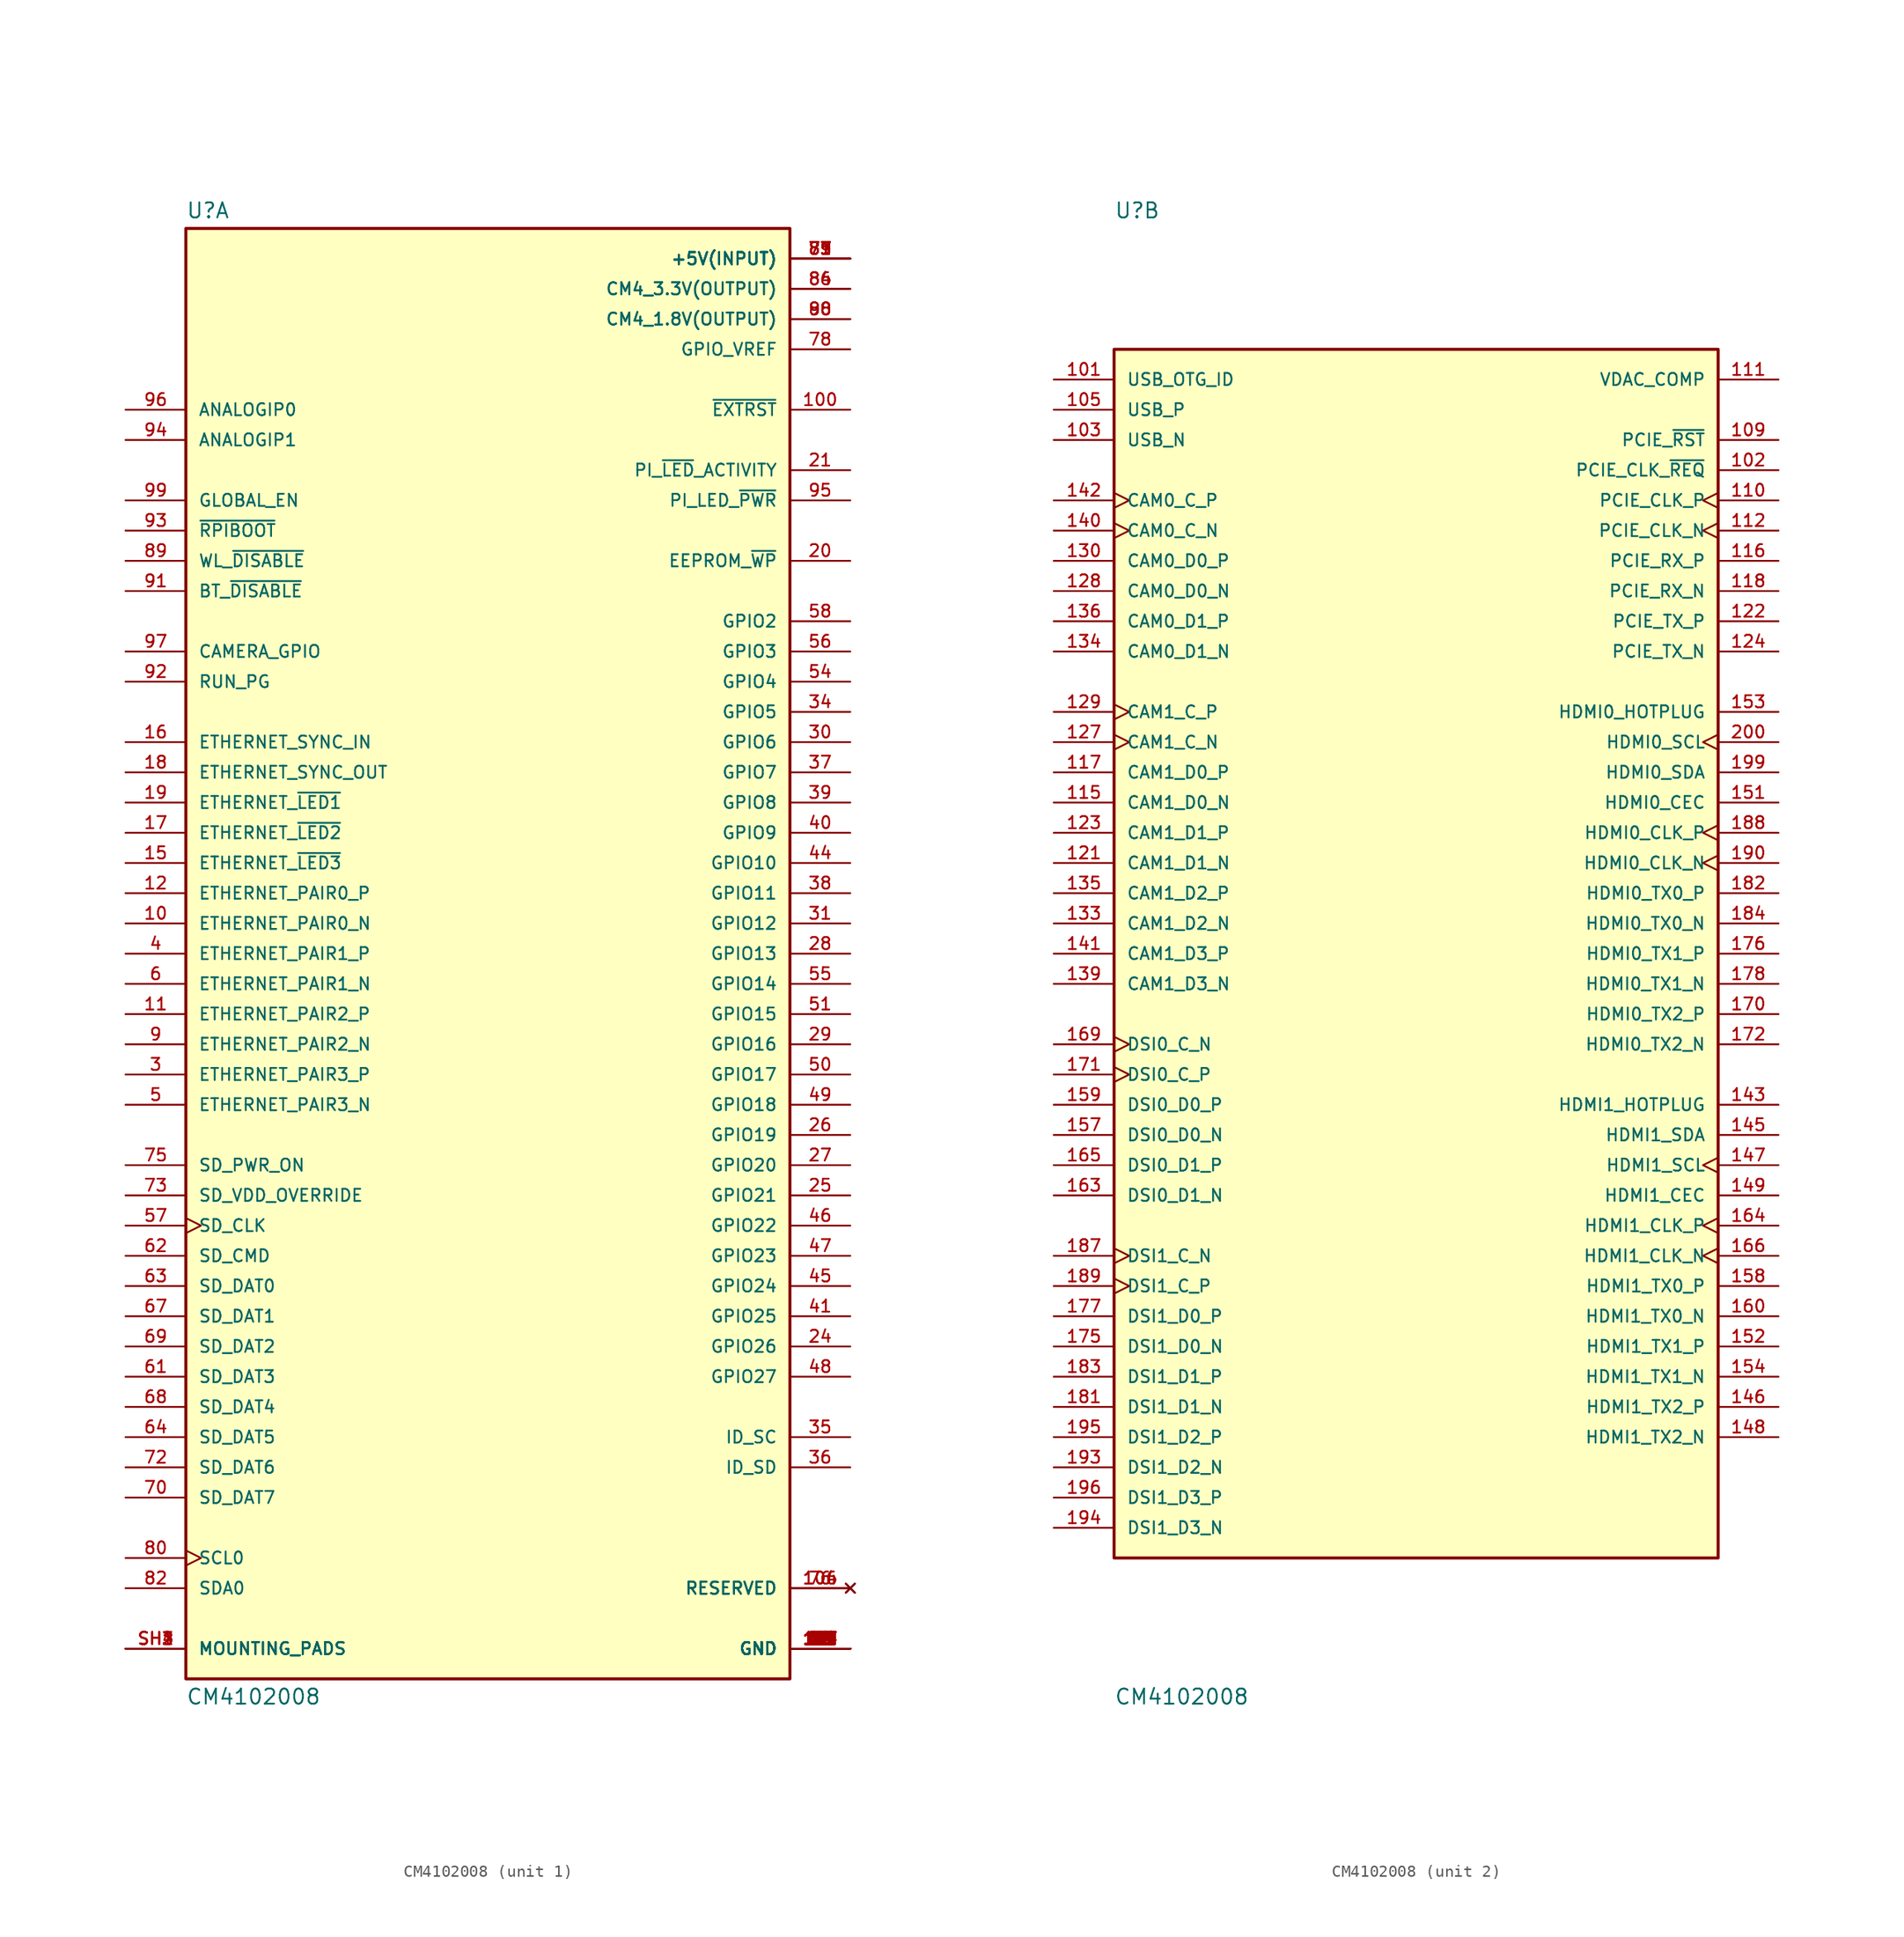
<source format=kicad_sym>
(kicad_symbol_lib
  (version 20211014)
  (generator kicad_symbol_editor)
  (symbol "CM4102008"
    (pin_names
      (offset 1.016))
    (property "Reference" "U"
      (at -25.4 61.722 0)
      (effects (font (size 1.27 1.27)) (justify bottom left)))
    (property "Value" "CM4102008"
      (at -25.4 -61.722 0)
      (effects (font (size 1.27 1.27)) (justify top left)))
    (symbol "CM4102008_1_0"
      (rectangle (start -25.4 -60.96) (end 25.4 60.96) (stroke (width 0.254)) (fill (type background)))
      (pin power_in line (at 30.48 -58.42 180.0) (length 5.08) (name "GND" (effects (font (size 1.016 1.016)))) (number "1" (effects (font (size 1.016 1.016)))))
      (pin power_in line (at 30.48 -58.42 180.0) (length 5.08) (name "GND" (effects (font (size 1.016 1.016)))) (number "2" (effects (font (size 1.016 1.016)))))
      (pin power_in line (at 30.48 -58.42 180.0) (length 5.08) (name "GND" (effects (font (size 1.016 1.016)))) (number "7" (effects (font (size 1.016 1.016)))))
      (pin power_in line (at 30.48 -58.42 180.0) (length 5.08) (name "GND" (effects (font (size 1.016 1.016)))) (number "8" (effects (font (size 1.016 1.016)))))
      (pin power_in line (at 30.48 -58.42 180.0) (length 5.08) (name "GND" (effects (font (size 1.016 1.016)))) (number "13" (effects (font (size 1.016 1.016)))))
      (pin power_in line (at 30.48 -58.42 180.0) (length 5.08) (name "GND" (effects (font (size 1.016 1.016)))) (number "14" (effects (font (size 1.016 1.016)))))
      (pin power_in line (at 30.48 -58.42 180.0) (length 5.08) (name "GND" (effects (font (size 1.016 1.016)))) (number "22" (effects (font (size 1.016 1.016)))))
      (pin power_in line (at 30.48 -58.42 180.0) (length 5.08) (name "GND" (effects (font (size 1.016 1.016)))) (number "23" (effects (font (size 1.016 1.016)))))
      (pin power_in line (at 30.48 -58.42 180.0) (length 5.08) (name "GND" (effects (font (size 1.016 1.016)))) (number "32" (effects (font (size 1.016 1.016)))))
      (pin power_in line (at 30.48 -58.42 180.0) (length 5.08) (name "GND" (effects (font (size 1.016 1.016)))) (number "33" (effects (font (size 1.016 1.016)))))
      (pin power_in line (at 30.48 -58.42 180.0) (length 5.08) (name "GND" (effects (font (size 1.016 1.016)))) (number "42" (effects (font (size 1.016 1.016)))))
      (pin power_in line (at 30.48 -58.42 180.0) (length 5.08) (name "GND" (effects (font (size 1.016 1.016)))) (number "43" (effects (font (size 1.016 1.016)))))
      (pin power_in line (at 30.48 -58.42 180.0) (length 5.08) (name "GND" (effects (font (size 1.016 1.016)))) (number "52" (effects (font (size 1.016 1.016)))))
      (pin power_in line (at 30.48 -58.42 180.0) (length 5.08) (name "GND" (effects (font (size 1.016 1.016)))) (number "53" (effects (font (size 1.016 1.016)))))
      (pin power_in line (at 30.48 -58.42 180.0) (length 5.08) (name "GND" (effects (font (size 1.016 1.016)))) (number "59" (effects (font (size 1.016 1.016)))))
      (pin power_in line (at 30.48 -58.42 180.0) (length 5.08) (name "GND" (effects (font (size 1.016 1.016)))) (number "60" (effects (font (size 1.016 1.016)))))
      (pin power_in line (at 30.48 -58.42 180.0) (length 5.08) (name "GND" (effects (font (size 1.016 1.016)))) (number "65" (effects (font (size 1.016 1.016)))))
      (pin power_in line (at 30.48 -58.42 180.0) (length 5.08) (name "GND" (effects (font (size 1.016 1.016)))) (number "66" (effects (font (size 1.016 1.016)))))
      (pin power_in line (at 30.48 -58.42 180.0) (length 5.08) (name "GND" (effects (font (size 1.016 1.016)))) (number "71" (effects (font (size 1.016 1.016)))))
      (pin power_in line (at 30.48 -58.42 180.0) (length 5.08) (name "GND" (effects (font (size 1.016 1.016)))) (number "74" (effects (font (size 1.016 1.016)))))
      (pin power_in line (at 30.48 -58.42 180.0) (length 5.08) (name "GND" (effects (font (size 1.016 1.016)))) (number "98" (effects (font (size 1.016 1.016)))))
      (pin power_in line (at 30.48 -58.42 180.0) (length 5.08) (name "GND" (effects (font (size 1.016 1.016)))) (number "107" (effects (font (size 1.016 1.016)))))
      (pin power_in line (at 30.48 -58.42 180.0) (length 5.08) (name "GND" (effects (font (size 1.016 1.016)))) (number "108" (effects (font (size 1.016 1.016)))))
      (pin power_in line (at 30.48 -58.42 180.0) (length 5.08) (name "GND" (effects (font (size 1.016 1.016)))) (number "113" (effects (font (size 1.016 1.016)))))
      (pin power_in line (at 30.48 -58.42 180.0) (length 5.08) (name "GND" (effects (font (size 1.016 1.016)))) (number "114" (effects (font (size 1.016 1.016)))))
      (pin power_in line (at 30.48 -58.42 180.0) (length 5.08) (name "GND" (effects (font (size 1.016 1.016)))) (number "119" (effects (font (size 1.016 1.016)))))
      (pin power_in line (at 30.48 -58.42 180.0) (length 5.08) (name "GND" (effects (font (size 1.016 1.016)))) (number "120" (effects (font (size 1.016 1.016)))))
      (pin power_in line (at 30.48 -58.42 180.0) (length 5.08) (name "GND" (effects (font (size 1.016 1.016)))) (number "125" (effects (font (size 1.016 1.016)))))
      (pin power_in line (at 30.48 -58.42 180.0) (length 5.08) (name "GND" (effects (font (size 1.016 1.016)))) (number "126" (effects (font (size 1.016 1.016)))))
      (pin power_in line (at 30.48 -58.42 180.0) (length 5.08) (name "GND" (effects (font (size 1.016 1.016)))) (number "131" (effects (font (size 1.016 1.016)))))
      (pin power_in line (at 30.48 -58.42 180.0) (length 5.08) (name "GND" (effects (font (size 1.016 1.016)))) (number "132" (effects (font (size 1.016 1.016)))))
      (pin power_in line (at 30.48 -58.42 180.0) (length 5.08) (name "GND" (effects (font (size 1.016 1.016)))) (number "137" (effects (font (size 1.016 1.016)))))
      (pin power_in line (at 30.48 -58.42 180.0) (length 5.08) (name "GND" (effects (font (size 1.016 1.016)))) (number "138" (effects (font (size 1.016 1.016)))))
      (pin power_in line (at 30.48 -58.42 180.0) (length 5.08) (name "GND" (effects (font (size 1.016 1.016)))) (number "144" (effects (font (size 1.016 1.016)))))
      (pin power_in line (at 30.48 -58.42 180.0) (length 5.08) (name "GND" (effects (font (size 1.016 1.016)))) (number "150" (effects (font (size 1.016 1.016)))))
      (pin power_in line (at 30.48 -58.42 180.0) (length 5.08) (name "GND" (effects (font (size 1.016 1.016)))) (number "155" (effects (font (size 1.016 1.016)))))
      (pin power_in line (at 30.48 -58.42 180.0) (length 5.08) (name "GND" (effects (font (size 1.016 1.016)))) (number "156" (effects (font (size 1.016 1.016)))))
      (pin power_in line (at 30.48 -58.42 180.0) (length 5.08) (name "GND" (effects (font (size 1.016 1.016)))) (number "161" (effects (font (size 1.016 1.016)))))
      (pin power_in line (at 30.48 -58.42 180.0) (length 5.08) (name "GND" (effects (font (size 1.016 1.016)))) (number "162" (effects (font (size 1.016 1.016)))))
      (pin power_in line (at 30.48 -58.42 180.0) (length 5.08) (name "GND" (effects (font (size 1.016 1.016)))) (number "167" (effects (font (size 1.016 1.016)))))
      (pin power_in line (at 30.48 -58.42 180.0) (length 5.08) (name "GND" (effects (font (size 1.016 1.016)))) (number "168" (effects (font (size 1.016 1.016)))))
      (pin power_in line (at 30.48 -58.42 180.0) (length 5.08) (name "GND" (effects (font (size 1.016 1.016)))) (number "173" (effects (font (size 1.016 1.016)))))
      (pin power_in line (at 30.48 -58.42 180.0) (length 5.08) (name "GND" (effects (font (size 1.016 1.016)))) (number "174" (effects (font (size 1.016 1.016)))))
      (pin power_in line (at 30.48 -58.42 180.0) (length 5.08) (name "GND" (effects (font (size 1.016 1.016)))) (number "179" (effects (font (size 1.016 1.016)))))
      (pin power_in line (at 30.48 -58.42 180.0) (length 5.08) (name "GND" (effects (font (size 1.016 1.016)))) (number "180" (effects (font (size 1.016 1.016)))))
      (pin power_in line (at 30.48 -58.42 180.0) (length 5.08) (name "GND" (effects (font (size 1.016 1.016)))) (number "185" (effects (font (size 1.016 1.016)))))
      (pin power_in line (at 30.48 -58.42 180.0) (length 5.08) (name "GND" (effects (font (size 1.016 1.016)))) (number "186" (effects (font (size 1.016 1.016)))))
      (pin power_in line (at 30.48 -58.42 180.0) (length 5.08) (name "GND" (effects (font (size 1.016 1.016)))) (number "191" (effects (font (size 1.016 1.016)))))
      (pin power_in line (at 30.48 -58.42 180.0) (length 5.08) (name "GND" (effects (font (size 1.016 1.016)))) (number "192" (effects (font (size 1.016 1.016)))))
      (pin power_in line (at 30.48 -58.42 180.0) (length 5.08) (name "GND" (effects (font (size 1.016 1.016)))) (number "197" (effects (font (size 1.016 1.016)))))
      (pin power_in line (at 30.48 -58.42 180.0) (length 5.08) (name "GND" (effects (font (size 1.016 1.016)))) (number "198" (effects (font (size 1.016 1.016)))))
      (pin bidirectional line (at -30.48 -10.16 0) (length 5.08) (name "ETHERNET_PAIR3_P" (effects (font (size 1.016 1.016)))) (number "3" (effects (font (size 1.016 1.016)))))
      (pin bidirectional line (at -30.48 0.0 0) (length 5.08) (name "ETHERNET_PAIR1_P" (effects (font (size 1.016 1.016)))) (number "4" (effects (font (size 1.016 1.016)))))
      (pin bidirectional line (at -30.48 -12.7 0) (length 5.08) (name "ETHERNET_PAIR3_N" (effects (font (size 1.016 1.016)))) (number "5" (effects (font (size 1.016 1.016)))))
      (pin bidirectional line (at -30.48 -2.54 0) (length 5.08) (name "ETHERNET_PAIR1_N" (effects (font (size 1.016 1.016)))) (number "6" (effects (font (size 1.016 1.016)))))
      (pin bidirectional line (at -30.48 -7.62 0) (length 5.08) (name "ETHERNET_PAIR2_N" (effects (font (size 1.016 1.016)))) (number "9" (effects (font (size 1.016 1.016)))))
      (pin bidirectional line (at -30.48 2.54 0) (length 5.08) (name "ETHERNET_PAIR0_N" (effects (font (size 1.016 1.016)))) (number "10" (effects (font (size 1.016 1.016)))))
      (pin bidirectional line (at -30.48 -5.08 0) (length 5.08) (name "ETHERNET_PAIR2_P" (effects (font (size 1.016 1.016)))) (number "11" (effects (font (size 1.016 1.016)))))
      (pin bidirectional line (at -30.48 5.08 0) (length 5.08) (name "ETHERNET_PAIR0_P" (effects (font (size 1.016 1.016)))) (number "12" (effects (font (size 1.016 1.016)))))
      (pin output line (at -30.48 7.62 0) (length 5.08) (name "ETHERNET_~{LED3}" (effects (font (size 1.016 1.016)))) (number "15" (effects (font (size 1.016 1.016)))))
      (pin input line (at -30.48 17.78 0) (length 5.08) (name "ETHERNET_SYNC_IN" (effects (font (size 1.016 1.016)))) (number "16" (effects (font (size 1.016 1.016)))))
      (pin output line (at -30.48 10.16 0) (length 5.08) (name "ETHERNET_~{LED2}" (effects (font (size 1.016 1.016)))) (number "17" (effects (font (size 1.016 1.016)))))
      (pin output line (at -30.48 15.24 0) (length 5.08) (name "ETHERNET_SYNC_OUT" (effects (font (size 1.016 1.016)))) (number "18" (effects (font (size 1.016 1.016)))))
      (pin output line (at -30.48 12.7 0) (length 5.08) (name "ETHERNET_~{LED1}" (effects (font (size 1.016 1.016)))) (number "19" (effects (font (size 1.016 1.016)))))
      (pin bidirectional line (at 30.48 33.02 180.0) (length 5.08) (name "EEPROM_~{WP}" (effects (font (size 1.016 1.016)))) (number "20" (effects (font (size 1.016 1.016)))))
      (pin bidirectional line (at 30.48 40.64 180.0) (length 5.08) (name "PI_~{LED}_ACTIVITY" (effects (font (size 1.016 1.016)))) (number "21" (effects (font (size 1.016 1.016)))))
      (pin bidirectional line (at 30.48 -33.02 180.0) (length 5.08) (name "GPIO26" (effects (font (size 1.016 1.016)))) (number "24" (effects (font (size 1.016 1.016)))))
      (pin bidirectional line (at 30.48 -20.32 180.0) (length 5.08) (name "GPIO21" (effects (font (size 1.016 1.016)))) (number "25" (effects (font (size 1.016 1.016)))))
      (pin bidirectional line (at 30.48 -15.24 180.0) (length 5.08) (name "GPIO19" (effects (font (size 1.016 1.016)))) (number "26" (effects (font (size 1.016 1.016)))))
      (pin bidirectional line (at 30.48 -17.78 180.0) (length 5.08) (name "GPIO20" (effects (font (size 1.016 1.016)))) (number "27" (effects (font (size 1.016 1.016)))))
      (pin bidirectional line (at 30.48 0.0 180.0) (length 5.08) (name "GPIO13" (effects (font (size 1.016 1.016)))) (number "28" (effects (font (size 1.016 1.016)))))
      (pin bidirectional line (at 30.48 -7.62 180.0) (length 5.08) (name "GPIO16" (effects (font (size 1.016 1.016)))) (number "29" (effects (font (size 1.016 1.016)))))
      (pin bidirectional line (at 30.48 17.78 180.0) (length 5.08) (name "GPIO6" (effects (font (size 1.016 1.016)))) (number "30" (effects (font (size 1.016 1.016)))))
      (pin bidirectional line (at 30.48 2.54 180.0) (length 5.08) (name "GPIO12" (effects (font (size 1.016 1.016)))) (number "31" (effects (font (size 1.016 1.016)))))
      (pin bidirectional line (at 30.48 20.32 180.0) (length 5.08) (name "GPIO5" (effects (font (size 1.016 1.016)))) (number "34" (effects (font (size 1.016 1.016)))))
      (pin bidirectional line (at 30.48 -40.64 180.0) (length 5.08) (name "ID_SC" (effects (font (size 1.016 1.016)))) (number "35" (effects (font (size 1.016 1.016)))))
      (pin bidirectional line (at 30.48 -43.18 180.0) (length 5.08) (name "ID_SD" (effects (font (size 1.016 1.016)))) (number "36" (effects (font (size 1.016 1.016)))))
      (pin bidirectional line (at 30.48 15.24 180.0) (length 5.08) (name "GPIO7" (effects (font (size 1.016 1.016)))) (number "37" (effects (font (size 1.016 1.016)))))
      (pin bidirectional line (at 30.48 5.08 180.0) (length 5.08) (name "GPIO11" (effects (font (size 1.016 1.016)))) (number "38" (effects (font (size 1.016 1.016)))))
      (pin bidirectional line (at 30.48 12.7 180.0) (length 5.08) (name "GPIO8" (effects (font (size 1.016 1.016)))) (number "39" (effects (font (size 1.016 1.016)))))
      (pin bidirectional line (at 30.48 10.16 180.0) (length 5.08) (name "GPIO9" (effects (font (size 1.016 1.016)))) (number "40" (effects (font (size 1.016 1.016)))))
      (pin bidirectional line (at 30.48 -30.48 180.0) (length 5.08) (name "GPIO25" (effects (font (size 1.016 1.016)))) (number "41" (effects (font (size 1.016 1.016)))))
      (pin bidirectional line (at 30.48 7.62 180.0) (length 5.08) (name "GPIO10" (effects (font (size 1.016 1.016)))) (number "44" (effects (font (size 1.016 1.016)))))
      (pin bidirectional line (at 30.48 -27.94 180.0) (length 5.08) (name "GPIO24" (effects (font (size 1.016 1.016)))) (number "45" (effects (font (size 1.016 1.016)))))
      (pin bidirectional line (at 30.48 -25.4 180.0) (length 5.08) (name "GPIO23" (effects (font (size 1.016 1.016)))) (number "47" (effects (font (size 1.016 1.016)))))
      (pin bidirectional line (at 30.48 -22.86 180.0) (length 5.08) (name "GPIO22" (effects (font (size 1.016 1.016)))) (number "46" (effects (font (size 1.016 1.016)))))
      (pin bidirectional line (at 30.48 -35.56 180.0) (length 5.08) (name "GPIO27" (effects (font (size 1.016 1.016)))) (number "48" (effects (font (size 1.016 1.016)))))
      (pin bidirectional line (at 30.48 -12.7 180.0) (length 5.08) (name "GPIO18" (effects (font (size 1.016 1.016)))) (number "49" (effects (font (size 1.016 1.016)))))
      (pin bidirectional line (at 30.48 -10.16 180.0) (length 5.08) (name "GPIO17" (effects (font (size 1.016 1.016)))) (number "50" (effects (font (size 1.016 1.016)))))
      (pin bidirectional line (at 30.48 -5.08 180.0) (length 5.08) (name "GPIO15" (effects (font (size 1.016 1.016)))) (number "51" (effects (font (size 1.016 1.016)))))
      (pin bidirectional line (at 30.48 22.86 180.0) (length 5.08) (name "GPIO4" (effects (font (size 1.016 1.016)))) (number "54" (effects (font (size 1.016 1.016)))))
      (pin bidirectional line (at 30.48 -2.54 180.0) (length 5.08) (name "GPIO14" (effects (font (size 1.016 1.016)))) (number "55" (effects (font (size 1.016 1.016)))))
      (pin bidirectional line (at 30.48 25.4 180.0) (length 5.08) (name "GPIO3" (effects (font (size 1.016 1.016)))) (number "56" (effects (font (size 1.016 1.016)))))
      (pin bidirectional clock (at -30.48 -22.86 0) (length 5.08) (name "SD_CLK" (effects (font (size 1.016 1.016)))) (number "57" (effects (font (size 1.016 1.016)))))
      (pin bidirectional line (at -30.48 -35.56 0) (length 5.08) (name "SD_DAT3" (effects (font (size 1.016 1.016)))) (number "61" (effects (font (size 1.016 1.016)))))
      (pin input line (at -30.48 -25.4 0) (length 5.08) (name "SD_CMD" (effects (font (size 1.016 1.016)))) (number "62" (effects (font (size 1.016 1.016)))))
      (pin bidirectional line (at -30.48 -27.94 0) (length 5.08) (name "SD_DAT0" (effects (font (size 1.016 1.016)))) (number "63" (effects (font (size 1.016 1.016)))))
      (pin bidirectional line (at -30.48 -40.64 0) (length 5.08) (name "SD_DAT5" (effects (font (size 1.016 1.016)))) (number "64" (effects (font (size 1.016 1.016)))))
      (pin bidirectional line (at -30.48 -30.48 0) (length 5.08) (name "SD_DAT1" (effects (font (size 1.016 1.016)))) (number "67" (effects (font (size 1.016 1.016)))))
      (pin bidirectional line (at -30.48 -38.1 0) (length 5.08) (name "SD_DAT4" (effects (font (size 1.016 1.016)))) (number "68" (effects (font (size 1.016 1.016)))))
      (pin bidirectional line (at -30.48 -33.02 0) (length 5.08) (name "SD_DAT2" (effects (font (size 1.016 1.016)))) (number "69" (effects (font (size 1.016 1.016)))))
      (pin bidirectional line (at -30.48 -43.18 0) (length 5.08) (name "SD_DAT6" (effects (font (size 1.016 1.016)))) (number "72" (effects (font (size 1.016 1.016)))))
      (pin bidirectional line (at -30.48 -45.72 0) (length 5.08) (name "SD_DAT7" (effects (font (size 1.016 1.016)))) (number "70" (effects (font (size 1.016 1.016)))))
      (pin input line (at -30.48 -20.32 0) (length 5.08) (name "SD_VDD_OVERRIDE" (effects (font (size 1.016 1.016)))) (number "73" (effects (font (size 1.016 1.016)))))
      (pin output line (at -30.48 -17.78 0) (length 5.08) (name "SD_PWR_ON" (effects (font (size 1.016 1.016)))) (number "75" (effects (font (size 1.016 1.016)))))
      (pin no_connect line (at 30.48 -53.34 180.0) (length 5.08) (name "RESERVED" (effects (font (size 1.016 1.016)))) (number "76" (effects (font (size 1.016 1.016)))))
      (pin no_connect line (at 30.48 -53.34 180.0) (length 5.08) (name "RESERVED" (effects (font (size 1.016 1.016)))) (number "104" (effects (font (size 1.016 1.016)))))
      (pin no_connect line (at 30.48 -53.34 180.0) (length 5.08) (name "RESERVED" (effects (font (size 1.016 1.016)))) (number "106" (effects (font (size 1.016 1.016)))))
      (pin power_in line (at 30.48 58.42 180.0) (length 5.08) (name "+5V(INPUT)" (effects (font (size 1.016 1.016)))) (number "77" (effects (font (size 1.016 1.016)))))
      (pin power_in line (at 30.48 58.42 180.0) (length 5.08) (name "+5V(INPUT)" (effects (font (size 1.016 1.016)))) (number "79" (effects (font (size 1.016 1.016)))))
      (pin power_in line (at 30.48 58.42 180.0) (length 5.08) (name "+5V(INPUT)" (effects (font (size 1.016 1.016)))) (number "81" (effects (font (size 1.016 1.016)))))
      (pin power_in line (at 30.48 58.42 180.0) (length 5.08) (name "+5V(INPUT)" (effects (font (size 1.016 1.016)))) (number "83" (effects (font (size 1.016 1.016)))))
      (pin power_in line (at 30.48 58.42 180.0) (length 5.08) (name "+5V(INPUT)" (effects (font (size 1.016 1.016)))) (number "85" (effects (font (size 1.016 1.016)))))
      (pin power_in line (at 30.48 58.42 180.0) (length 5.08) (name "+5V(INPUT)" (effects (font (size 1.016 1.016)))) (number "87" (effects (font (size 1.016 1.016)))))
      (pin input clock (at -30.48 -50.8 0) (length 5.08) (name "SCL0" (effects (font (size 1.016 1.016)))) (number "80" (effects (font (size 1.016 1.016)))))
      (pin bidirectional line (at -30.48 -53.34 0) (length 5.08) (name "SDA0" (effects (font (size 1.016 1.016)))) (number "82" (effects (font (size 1.016 1.016)))))
      (pin power_in line (at 30.48 55.88 180.0) (length 5.08) (name "CM4_3.3V(OUTPUT)" (effects (font (size 1.016 1.016)))) (number "84" (effects (font (size 1.016 1.016)))))
      (pin power_in line (at 30.48 55.88 180.0) (length 5.08) (name "CM4_3.3V(OUTPUT)" (effects (font (size 1.016 1.016)))) (number "86" (effects (font (size 1.016 1.016)))))
      (pin power_in line (at 30.48 53.34 180.0) (length 5.08) (name "CM4_1.8V(OUTPUT)" (effects (font (size 1.016 1.016)))) (number "88" (effects (font (size 1.016 1.016)))))
      (pin power_in line (at 30.48 53.34 180.0) (length 5.08) (name "CM4_1.8V(OUTPUT)" (effects (font (size 1.016 1.016)))) (number "90" (effects (font (size 1.016 1.016)))))
      (pin input line (at -30.48 33.02 0) (length 5.08) (name "WL_~{DISABLE}" (effects (font (size 1.016 1.016)))) (number "89" (effects (font (size 1.016 1.016)))))
      (pin input line (at -30.48 30.48 0) (length 5.08) (name "BT_~{DISABLE}" (effects (font (size 1.016 1.016)))) (number "91" (effects (font (size 1.016 1.016)))))
      (pin bidirectional line (at -30.48 22.86 0) (length 5.08) (name "RUN_PG" (effects (font (size 1.016 1.016)))) (number "92" (effects (font (size 1.016 1.016)))))
      (pin input line (at -30.48 35.56 0) (length 5.08) (name "~{RPIBOOT}" (effects (font (size 1.016 1.016)))) (number "93" (effects (font (size 1.016 1.016)))))
      (pin input line (at -30.48 43.18 0) (length 5.08) (name "ANALOGIP1" (effects (font (size 1.016 1.016)))) (number "94" (effects (font (size 1.016 1.016)))))
      (pin output line (at 30.48 38.1 180.0) (length 5.08) (name "PI_LED_~{PWR}" (effects (font (size 1.016 1.016)))) (number "95" (effects (font (size 1.016 1.016)))))
      (pin input line (at -30.48 45.72 0) (length 5.08) (name "ANALOGIP0" (effects (font (size 1.016 1.016)))) (number "96" (effects (font (size 1.016 1.016)))))
      (pin bidirectional line (at -30.48 25.4 0) (length 5.08) (name "CAMERA_GPIO" (effects (font (size 1.016 1.016)))) (number "97" (effects (font (size 1.016 1.016)))))
      (pin input line (at -30.48 38.1 0) (length 5.08) (name "GLOBAL_EN" (effects (font (size 1.016 1.016)))) (number "99" (effects (font (size 1.016 1.016)))))
      (pin output line (at 30.48 45.72 180.0) (length 5.08) (name "~{EXTRST}" (effects (font (size 1.016 1.016)))) (number "100" (effects (font (size 1.016 1.016)))))
      (pin bidirectional line (at 30.48 27.94 180.0) (length 5.08) (name "GPIO2" (effects (font (size 1.016 1.016)))) (number "58" (effects (font (size 1.016 1.016)))))
      (pin power_in line (at 30.48 50.8 180.0) (length 5.08) (name "GPIO_VREF" (effects (font (size 1.016 1.016)))) (number "78" (effects (font (size 1.016 1.016)))))
      (pin passive line (at -30.48 -58.42 0) (length 5.08) (name "MOUNTING_PADS" (effects (font (size 1.016 1.016)))) (number "SH1" (effects (font (size 1.016 1.016)))))
      (pin passive line (at -30.48 -58.42 0) (length 5.08) (name "MOUNTING_PADS" (effects (font (size 1.016 1.016)))) (number "SH2" (effects (font (size 1.016 1.016)))))
      (pin passive line (at -30.48 -58.42 0) (length 5.08) (name "MOUNTING_PADS" (effects (font (size 1.016 1.016)))) (number "SH3" (effects (font (size 1.016 1.016)))))
      (pin passive line (at -30.48 -58.42 0) (length 5.08) (name "MOUNTING_PADS" (effects (font (size 1.016 1.016)))) (number "SH4" (effects (font (size 1.016 1.016))))))
    (symbol "CM4102008_2_0"
      (rectangle (start -25.4 -50.8) (end 25.4 50.8) (stroke (width 0.254)) (fill (type background)))
      (pin input line (at -30.48 48.26 0) (length 5.08) (name "USB_OTG_ID" (effects (font (size 1.016 1.016)))) (number "101" (effects (font (size 1.016 1.016)))))
      (pin input line (at 30.48 40.64 180.0) (length 5.08) (name "PCIE_CLK_~{REQ}" (effects (font (size 1.016 1.016)))) (number "102" (effects (font (size 1.016 1.016)))))
      (pin bidirectional line (at -30.48 43.18 0) (length 5.08) (name "USB_N" (effects (font (size 1.016 1.016)))) (number "103" (effects (font (size 1.016 1.016)))))
      (pin bidirectional line (at -30.48 45.72 0) (length 5.08) (name "USB_P" (effects (font (size 1.016 1.016)))) (number "105" (effects (font (size 1.016 1.016)))))
      (pin output line (at 30.48 43.18 180.0) (length 5.08) (name "PCIE_~{RST}" (effects (font (size 1.016 1.016)))) (number "109" (effects (font (size 1.016 1.016)))))
      (pin output clock (at 30.48 38.1 180.0) (length 5.08) (name "PCIE_CLK_P" (effects (font (size 1.016 1.016)))) (number "110" (effects (font (size 1.016 1.016)))))
      (pin output line (at 30.48 48.26 180.0) (length 5.08) (name "VDAC_COMP" (effects (font (size 1.016 1.016)))) (number "111" (effects (font (size 1.016 1.016)))))
      (pin output clock (at 30.48 35.56 180.0) (length 5.08) (name "PCIE_CLK_N" (effects (font (size 1.016 1.016)))) (number "112" (effects (font (size 1.016 1.016)))))
      (pin input line (at -30.48 12.7 0) (length 5.08) (name "CAM1_D0_N" (effects (font (size 1.016 1.016)))) (number "115" (effects (font (size 1.016 1.016)))))
      (pin input line (at 30.48 33.02 180.0) (length 5.08) (name "PCIE_RX_P" (effects (font (size 1.016 1.016)))) (number "116" (effects (font (size 1.016 1.016)))))
      (pin input line (at -30.48 15.24 0) (length 5.08) (name "CAM1_D0_P" (effects (font (size 1.016 1.016)))) (number "117" (effects (font (size 1.016 1.016)))))
      (pin input line (at 30.48 30.48 180.0) (length 5.08) (name "PCIE_RX_N" (effects (font (size 1.016 1.016)))) (number "118" (effects (font (size 1.016 1.016)))))
      (pin input line (at -30.48 10.16 0) (length 5.08) (name "CAM1_D1_P" (effects (font (size 1.016 1.016)))) (number "123" (effects (font (size 1.016 1.016)))))
      (pin output line (at 30.48 25.4 180.0) (length 5.08) (name "PCIE_TX_N" (effects (font (size 1.016 1.016)))) (number "124" (effects (font (size 1.016 1.016)))))
      (pin input clock (at -30.48 17.78 0) (length 5.08) (name "CAM1_C_N" (effects (font (size 1.016 1.016)))) (number "127" (effects (font (size 1.016 1.016)))))
      (pin input line (at -30.48 30.48 0) (length 5.08) (name "CAM0_D0_N" (effects (font (size 1.016 1.016)))) (number "128" (effects (font (size 1.016 1.016)))))
      (pin input clock (at -30.48 20.32 0) (length 5.08) (name "CAM1_C_P" (effects (font (size 1.016 1.016)))) (number "129" (effects (font (size 1.016 1.016)))))
      (pin input line (at -30.48 33.02 0) (length 5.08) (name "CAM0_D0_P" (effects (font (size 1.016 1.016)))) (number "130" (effects (font (size 1.016 1.016)))))
      (pin input line (at -30.48 2.54 0) (length 5.08) (name "CAM1_D2_N" (effects (font (size 1.016 1.016)))) (number "133" (effects (font (size 1.016 1.016)))))
      (pin input line (at -30.48 25.4 0) (length 5.08) (name "CAM0_D1_N" (effects (font (size 1.016 1.016)))) (number "134" (effects (font (size 1.016 1.016)))))
      (pin input line (at -30.48 5.08 0) (length 5.08) (name "CAM1_D2_P" (effects (font (size 1.016 1.016)))) (number "135" (effects (font (size 1.016 1.016)))))
      (pin input line (at -30.48 27.94 0) (length 5.08) (name "CAM0_D1_P" (effects (font (size 1.016 1.016)))) (number "136" (effects (font (size 1.016 1.016)))))
      (pin input line (at -30.48 -2.54 0) (length 5.08) (name "CAM1_D3_N" (effects (font (size 1.016 1.016)))) (number "139" (effects (font (size 1.016 1.016)))))
      (pin input clock (at -30.48 35.56 0) (length 5.08) (name "CAM0_C_N" (effects (font (size 1.016 1.016)))) (number "140" (effects (font (size 1.016 1.016)))))
      (pin input line (at -30.48 0.0 0) (length 5.08) (name "CAM1_D3_P" (effects (font (size 1.016 1.016)))) (number "141" (effects (font (size 1.016 1.016)))))
      (pin input clock (at -30.48 38.1 0) (length 5.08) (name "CAM0_C_P" (effects (font (size 1.016 1.016)))) (number "142" (effects (font (size 1.016 1.016)))))
      (pin input line (at 30.48 -12.7 180.0) (length 5.08) (name "HDMI1_HOTPLUG" (effects (font (size 1.016 1.016)))) (number "143" (effects (font (size 1.016 1.016)))))
      (pin bidirectional line (at 30.48 -15.24 180.0) (length 5.08) (name "HDMI1_SDA" (effects (font (size 1.016 1.016)))) (number "145" (effects (font (size 1.016 1.016)))))
      (pin output line (at 30.48 -38.1 180.0) (length 5.08) (name "HDMI1_TX2_P" (effects (font (size 1.016 1.016)))) (number "146" (effects (font (size 1.016 1.016)))))
      (pin bidirectional clock (at 30.48 -17.78 180.0) (length 5.08) (name "HDMI1_SCL" (effects (font (size 1.016 1.016)))) (number "147" (effects (font (size 1.016 1.016)))))
      (pin output line (at 30.48 -40.64 180.0) (length 5.08) (name "HDMI1_TX2_N" (effects (font (size 1.016 1.016)))) (number "148" (effects (font (size 1.016 1.016)))))
      (pin input line (at 30.48 -20.32 180.0) (length 5.08) (name "HDMI1_CEC" (effects (font (size 1.016 1.016)))) (number "149" (effects (font (size 1.016 1.016)))))
      (pin input line (at 30.48 12.7 180.0) (length 5.08) (name "HDMI0_CEC" (effects (font (size 1.016 1.016)))) (number "151" (effects (font (size 1.016 1.016)))))
      (pin output line (at 30.48 -33.02 180.0) (length 5.08) (name "HDMI1_TX1_P" (effects (font (size 1.016 1.016)))) (number "152" (effects (font (size 1.016 1.016)))))
      (pin input line (at 30.48 20.32 180.0) (length 5.08) (name "HDMI0_HOTPLUG" (effects (font (size 1.016 1.016)))) (number "153" (effects (font (size 1.016 1.016)))))
      (pin output line (at 30.48 -35.56 180.0) (length 5.08) (name "HDMI1_TX1_N" (effects (font (size 1.016 1.016)))) (number "154" (effects (font (size 1.016 1.016)))))
      (pin output line (at -30.48 -15.24 0) (length 5.08) (name "DSI0_D0_N" (effects (font (size 1.016 1.016)))) (number "157" (effects (font (size 1.016 1.016)))))
      (pin output line (at 30.48 -27.94 180.0) (length 5.08) (name "HDMI1_TX0_P" (effects (font (size 1.016 1.016)))) (number "158" (effects (font (size 1.016 1.016)))))
      (pin output line (at -30.48 -12.7 0) (length 5.08) (name "DSI0_D0_P" (effects (font (size 1.016 1.016)))) (number "159" (effects (font (size 1.016 1.016)))))
      (pin output line (at 30.48 -30.48 180.0) (length 5.08) (name "HDMI1_TX0_N" (effects (font (size 1.016 1.016)))) (number "160" (effects (font (size 1.016 1.016)))))
      (pin output line (at -30.48 -20.32 0) (length 5.08) (name "DSI0_D1_N" (effects (font (size 1.016 1.016)))) (number "163" (effects (font (size 1.016 1.016)))))
      (pin output clock (at 30.48 -22.86 180.0) (length 5.08) (name "HDMI1_CLK_P" (effects (font (size 1.016 1.016)))) (number "164" (effects (font (size 1.016 1.016)))))
      (pin output line (at -30.48 -17.78 0) (length 5.08) (name "DSI0_D1_P" (effects (font (size 1.016 1.016)))) (number "165" (effects (font (size 1.016 1.016)))))
      (pin output clock (at 30.48 -25.4 180.0) (length 5.08) (name "HDMI1_CLK_N" (effects (font (size 1.016 1.016)))) (number "166" (effects (font (size 1.016 1.016)))))
      (pin output clock (at -30.48 -7.62 0) (length 5.08) (name "DSI0_C_N" (effects (font (size 1.016 1.016)))) (number "169" (effects (font (size 1.016 1.016)))))
      (pin output line (at 30.48 -5.08 180.0) (length 5.08) (name "HDMI0_TX2_P" (effects (font (size 1.016 1.016)))) (number "170" (effects (font (size 1.016 1.016)))))
      (pin output clock (at -30.48 -10.16 0) (length 5.08) (name "DSI0_C_P" (effects (font (size 1.016 1.016)))) (number "171" (effects (font (size 1.016 1.016)))))
      (pin output line (at 30.48 -7.62 180.0) (length 5.08) (name "HDMI0_TX2_N" (effects (font (size 1.016 1.016)))) (number "172" (effects (font (size 1.016 1.016)))))
      (pin output line (at -30.48 -30.48 0) (length 5.08) (name "DSI1_D0_P" (effects (font (size 1.016 1.016)))) (number "177" (effects (font (size 1.016 1.016)))))
      (pin output line (at 30.48 -2.54 180.0) (length 5.08) (name "HDMI0_TX1_N" (effects (font (size 1.016 1.016)))) (number "178" (effects (font (size 1.016 1.016)))))
      (pin output line (at -30.48 -38.1 0) (length 5.08) (name "DSI1_D1_N" (effects (font (size 1.016 1.016)))) (number "181" (effects (font (size 1.016 1.016)))))
      (pin output line (at 30.48 5.08 180.0) (length 5.08) (name "HDMI0_TX0_P" (effects (font (size 1.016 1.016)))) (number "182" (effects (font (size 1.016 1.016)))))
      (pin output line (at -30.48 -35.56 0) (length 5.08) (name "DSI1_D1_P" (effects (font (size 1.016 1.016)))) (number "183" (effects (font (size 1.016 1.016)))))
      (pin output line (at 30.48 2.54 180.0) (length 5.08) (name "HDMI0_TX0_N" (effects (font (size 1.016 1.016)))) (number "184" (effects (font (size 1.016 1.016)))))
      (pin output clock (at -30.48 -25.4 0) (length 5.08) (name "DSI1_C_N" (effects (font (size 1.016 1.016)))) (number "187" (effects (font (size 1.016 1.016)))))
      (pin output clock (at 30.48 7.62 180.0) (length 5.08) (name "HDMI0_CLK_N" (effects (font (size 1.016 1.016)))) (number "190" (effects (font (size 1.016 1.016)))))
      (pin output line (at -30.48 -43.18 0) (length 5.08) (name "DSI1_D2_N" (effects (font (size 1.016 1.016)))) (number "193" (effects (font (size 1.016 1.016)))))
      (pin output line (at -30.48 -48.26 0) (length 5.08) (name "DSI1_D3_N" (effects (font (size 1.016 1.016)))) (number "194" (effects (font (size 1.016 1.016)))))
      (pin output line (at -30.48 -40.64 0) (length 5.08) (name "DSI1_D2_P" (effects (font (size 1.016 1.016)))) (number "195" (effects (font (size 1.016 1.016)))))
      (pin output line (at -30.48 -45.72 0) (length 5.08) (name "DSI1_D3_P" (effects (font (size 1.016 1.016)))) (number "196" (effects (font (size 1.016 1.016)))))
      (pin bidirectional line (at 30.48 15.24 180.0) (length 5.08) (name "HDMI0_SDA" (effects (font (size 1.016 1.016)))) (number "199" (effects (font (size 1.016 1.016)))))
      (pin bidirectional clock (at 30.48 17.78 180.0) (length 5.08) (name "HDMI0_SCL" (effects (font (size 1.016 1.016)))) (number "200" (effects (font (size 1.016 1.016)))))
      (pin input line (at -30.48 7.62 0) (length 5.08) (name "CAM1_D1_N" (effects (font (size 1.016 1.016)))) (number "121" (effects (font (size 1.016 1.016)))))
      (pin output clock (at 30.48 10.16 180.0) (length 5.08) (name "HDMI0_CLK_P" (effects (font (size 1.016 1.016)))) (number "188" (effects (font (size 1.016 1.016)))))
      (pin output line (at 30.48 0.0 180.0) (length 5.08) (name "HDMI0_TX1_P" (effects (font (size 1.016 1.016)))) (number "176" (effects (font (size 1.016 1.016)))))
      (pin output clock (at -30.48 -27.94 0) (length 5.08) (name "DSI1_C_P" (effects (font (size 1.016 1.016)))) (number "189" (effects (font (size 1.016 1.016)))))
      (pin output line (at -30.48 -33.02 0) (length 5.08) (name "DSI1_D0_N" (effects (font (size 1.016 1.016)))) (number "175" (effects (font (size 1.016 1.016)))))
      (pin output line (at 30.48 27.94 180.0) (length 5.08) (name "PCIE_TX_P" (effects (font (size 1.016 1.016)))) (number "122" (effects (font (size 1.016 1.016))))))))
</source>
